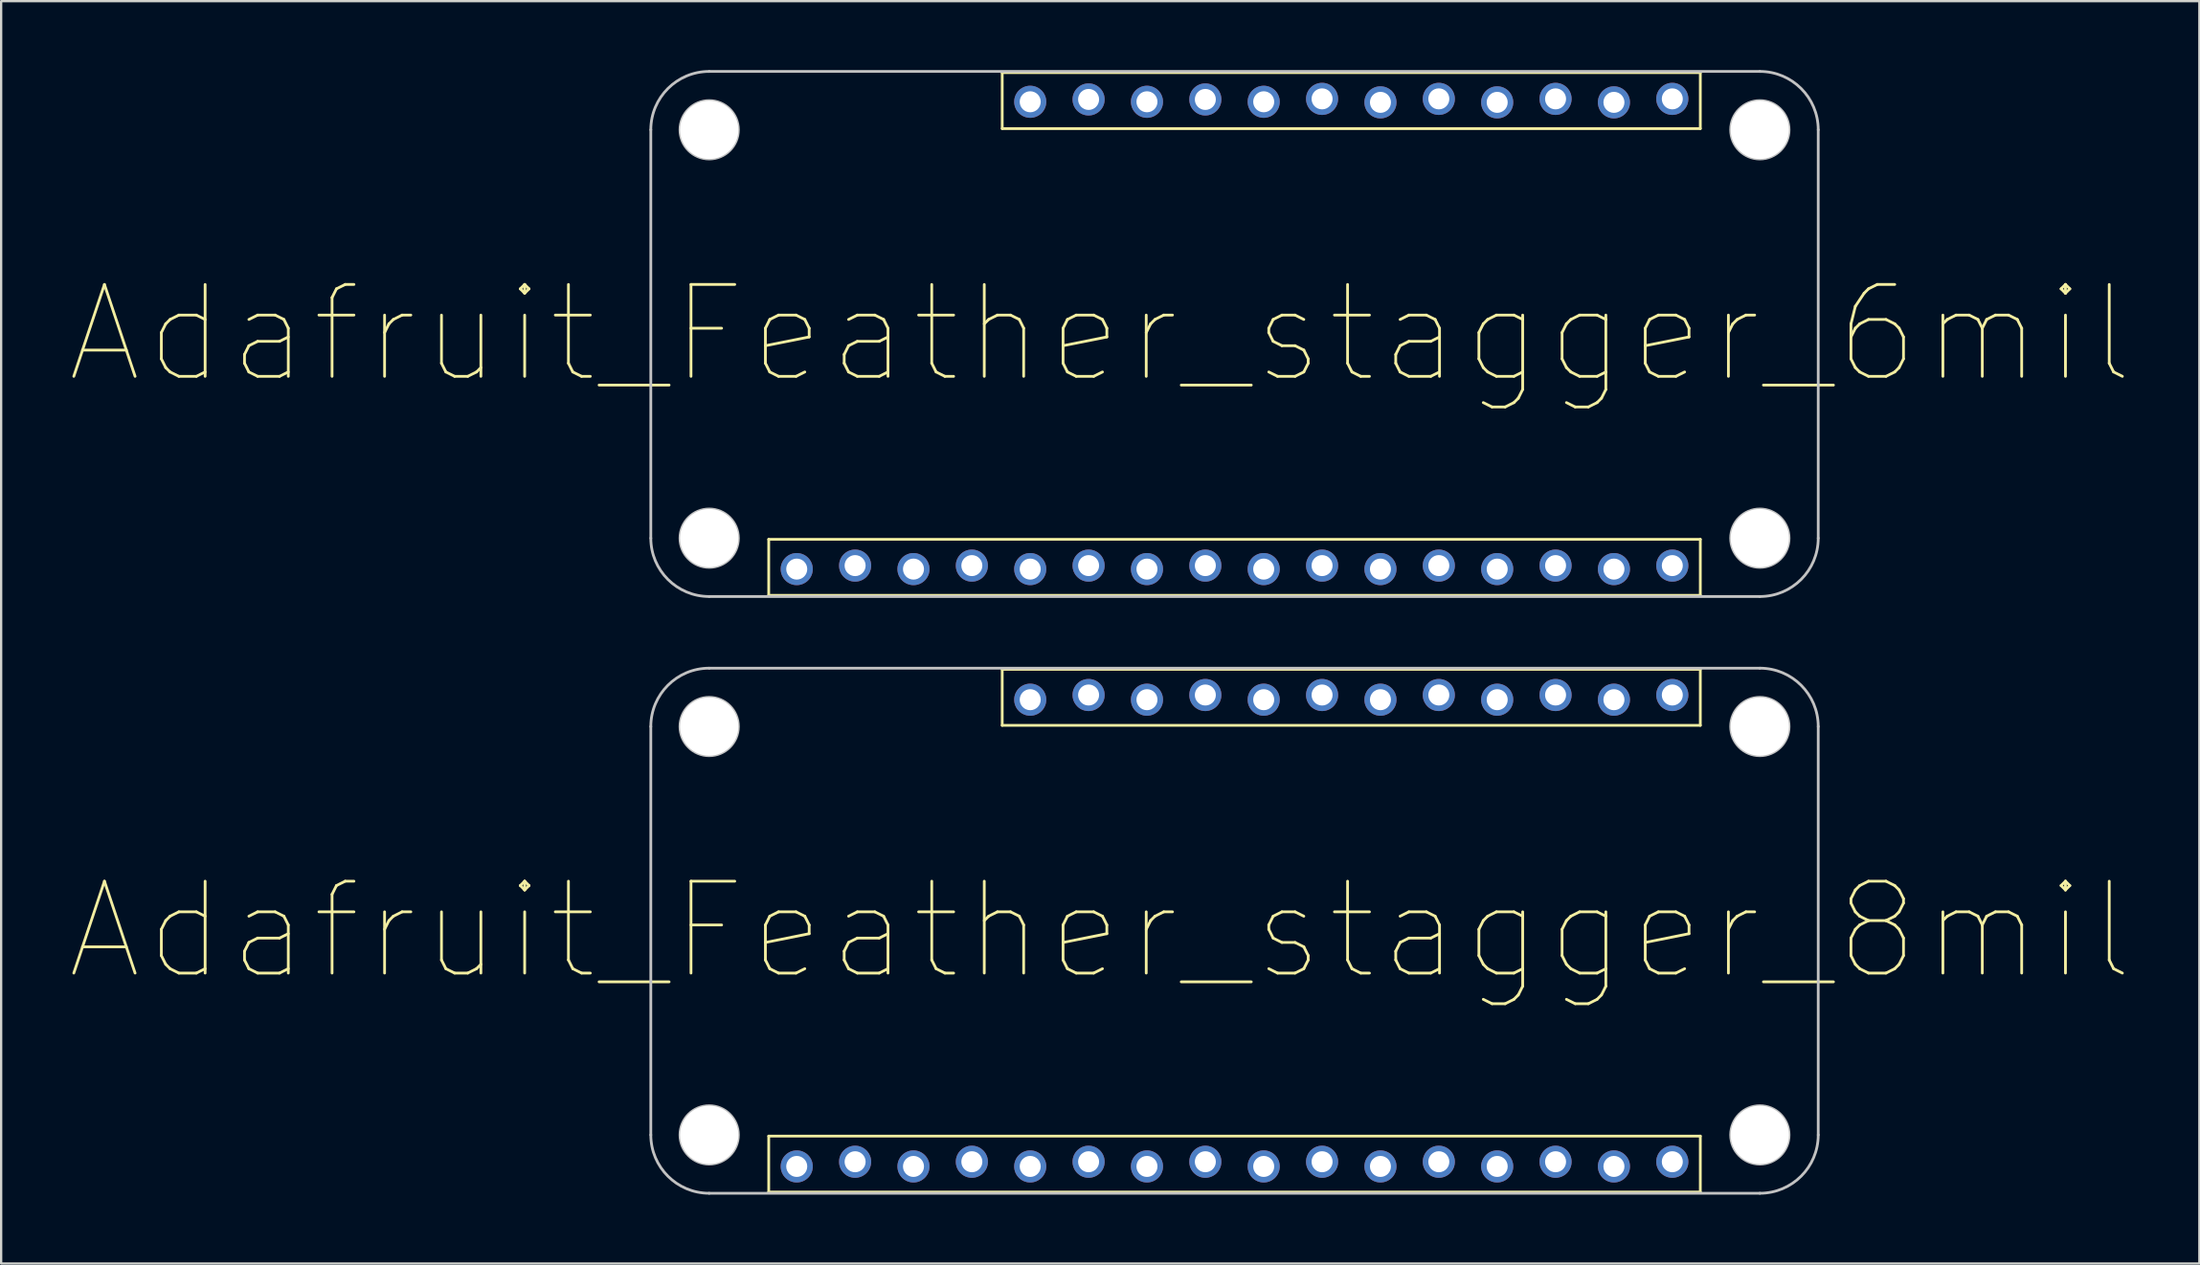
<source format=kicad_pcb>
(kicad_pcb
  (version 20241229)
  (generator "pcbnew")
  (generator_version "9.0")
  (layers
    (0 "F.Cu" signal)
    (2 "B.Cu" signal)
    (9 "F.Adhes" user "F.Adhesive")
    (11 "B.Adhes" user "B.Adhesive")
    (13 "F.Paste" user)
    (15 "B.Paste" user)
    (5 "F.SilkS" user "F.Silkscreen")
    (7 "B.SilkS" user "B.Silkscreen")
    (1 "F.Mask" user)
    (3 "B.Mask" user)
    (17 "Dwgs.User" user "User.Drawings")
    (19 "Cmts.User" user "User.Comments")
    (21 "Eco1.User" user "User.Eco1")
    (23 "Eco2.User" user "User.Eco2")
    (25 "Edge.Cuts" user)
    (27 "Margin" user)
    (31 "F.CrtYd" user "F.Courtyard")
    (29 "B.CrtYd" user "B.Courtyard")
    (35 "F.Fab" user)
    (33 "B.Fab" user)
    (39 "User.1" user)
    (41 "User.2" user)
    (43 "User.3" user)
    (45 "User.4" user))
  (footprint "Adafruit_Feather_stagger_6mil"
    (layer "F.Cu")
    (at 50.67 11.49)
    (property "Reference" "Adafruit_Feather_stagger_6mil" (at -5.842 0 0) (layer "F.SilkS") (effects (font (size 4 4) (thickness 0.12))))
    (attr through_hole)
    (fp_line (start -20.269 8.941) (end -20.269 11.379) (stroke (width 0.12) (type solid)) (layer "F.SilkS"))
    (fp_line (start -20.269 11.379) (end 20.269 11.379) (stroke (width 0.12) (type solid)) (layer "F.SilkS"))
    (fp_line (start -10.109 -11.379) (end -10.109 -8.941) (stroke (width 0.12) (type solid)) (layer "F.SilkS"))
    (fp_line (start -10.109 -8.941) (end 20.269 -8.941) (stroke (width 0.12) (type solid)) (layer "F.SilkS"))
    (fp_line (start 20.269 -11.379) (end -10.109 -11.379) (stroke (width 0.12) (type solid)) (layer "F.SilkS"))
    (fp_line (start 20.269 -8.941) (end 20.269 -11.379) (stroke (width 0.12) (type solid)) (layer "F.SilkS"))
    (fp_line (start 20.269 8.941) (end -20.269 8.941) (stroke (width 0.12) (type solid)) (layer "F.SilkS"))
    (fp_line (start 20.269 11.379) (end 20.269 8.941) (stroke (width 0.12) (type solid)) (layer "F.SilkS"))
    (fp_line (start -25.4 8.89) (end -25.4 -8.89) (stroke (width 0.12) (type solid)) (layer "Dwgs.User"))
    (fp_line (start -22.86 -11.43) (end 22.86 -11.43) (stroke (width 0.12) (type solid)) (layer "Dwgs.User"))
    (fp_line (start 22.86 11.43) (end -22.86 11.43) (stroke (width 0.12) (type solid)) (layer "Dwgs.User"))
    (fp_line (start 25.4 -8.89) (end 25.4 8.89) (stroke (width 0.12) (type solid)) (layer "Dwgs.User"))
    (fp_arc (start -25.4 -8.89) (mid -24.656051 -10.686051) (end -22.86 -11.43) (stroke (width 0.12) (type solid)) (layer "Dwgs.User"))
    (fp_arc (start -22.86 11.43) (mid -24.656051 10.686051) (end -25.4 8.89) (stroke (width 0.12) (type solid)) (layer "Dwgs.User"))
    (fp_arc (start 22.86 -11.43) (mid 24.656051 -10.686051) (end 25.4 -8.89) (stroke (width 0.12) (type solid)) (layer "Dwgs.User"))
    (fp_arc (start 25.4 8.89) (mid 24.656051 10.686051) (end 22.86 11.43) (stroke (width 0.12) (type solid)) (layer "Dwgs.User"))
    (fp_circle (center -22.86 -8.89) (end -21.59 -8.89) (stroke (width 0.12) (type solid)) (fill no) (layer "Dwgs.User"))
    (fp_circle (center -22.86 8.89) (end -21.59 8.89) (stroke (width 0.12) (type solid)) (fill no) (layer "Dwgs.User"))
    (fp_circle (center 22.86 -8.89) (end 24.13 -8.89) (stroke (width 0.12) (type solid)) (fill no) (layer "Dwgs.User"))
    (fp_circle (center 22.86 8.89) (end 24.13 8.89) (stroke (width 0.12) (type solid)) (fill no) (layer "Dwgs.User"))
    (pad "" np_thru_hole circle (at -22.86 -8.89) (size 2.54 2.54) (drill 2.54) (layers "*.Cu" "*.Mask"))
    (pad "" np_thru_hole circle (at -22.86 8.89) (size 2.54 2.54) (drill 2.54) (layers "*.Cu" "*.Mask"))
    (pad "" np_thru_hole circle (at 22.86 -8.89) (size 2.54 2.54) (drill 2.54) (layers "*.Cu" "*.Mask"))
    (pad "" np_thru_hole circle (at 22.86 8.89) (size 2.54 2.54) (drill 2.54) (layers "*.Cu" "*.Mask"))
    (pad "1" thru_hole circle (at -19.05 10.236) (size 1.397 1.397) (drill 0.914) (layers "*.Cu" "*.Mask"))
    (pad "2" thru_hole circle (at -16.51 10.084) (size 1.397 1.397) (drill 0.914) (layers "*.Cu" "*.Mask"))
    (pad "3" thru_hole circle (at -13.97 10.236) (size 1.397 1.397) (drill 0.914) (layers "*.Cu" "*.Mask"))
    (pad "4" thru_hole circle (at -11.43 10.084) (size 1.397 1.397) (drill 0.914) (layers "*.Cu" "*.Mask"))
    (pad "5" thru_hole circle (at -8.89 10.236) (size 1.397 1.397) (drill 0.914) (layers "*.Cu" "*.Mask"))
    (pad "6" thru_hole circle (at -6.35 10.084) (size 1.397 1.397) (drill 0.914) (layers "*.Cu" "*.Mask"))
    (pad "7" thru_hole circle (at -3.81 10.236) (size 1.397 1.397) (drill 0.914) (layers "*.Cu" "*.Mask"))
    (pad "8" thru_hole circle (at -1.27 10.084) (size 1.397 1.397) (drill 0.914) (layers "*.Cu" "*.Mask"))
    (pad "9" thru_hole circle (at 1.27 10.236) (size 1.397 1.397) (drill 0.914) (layers "*.Cu" "*.Mask"))
    (pad "10" thru_hole circle (at 3.81 10.084) (size 1.397 1.397) (drill 0.914) (layers "*.Cu" "*.Mask"))
    (pad "11" thru_hole circle (at 6.35 10.236) (size 1.397 1.397) (drill 0.914) (layers "*.Cu" "*.Mask"))
    (pad "12" thru_hole circle (at 8.89 10.084) (size 1.397 1.397) (drill 0.914) (layers "*.Cu" "*.Mask"))
    (pad "13" thru_hole circle (at 11.43 10.236) (size 1.397 1.397) (drill 0.914) (layers "*.Cu" "*.Mask"))
    (pad "14" thru_hole circle (at 13.97 10.084) (size 1.397 1.397) (drill 0.914) (layers "*.Cu" "*.Mask"))
    (pad "15" thru_hole circle (at 16.51 10.236) (size 1.397 1.397) (drill 0.914) (layers "*.Cu" "*.Mask"))
    (pad "16" thru_hole circle (at 19.05 10.084) (size 1.397 1.397) (drill 0.914) (layers "*.Cu" "*.Mask"))
    (pad "17" thru_hole circle (at 19.05 -10.236) (size 1.397 1.397) (drill 0.914) (layers "*.Cu" "*.Mask"))
    (pad "18" thru_hole circle (at 16.51 -10.084) (size 1.397 1.397) (drill 0.914) (layers "*.Cu" "*.Mask"))
    (pad "19" thru_hole circle (at 13.97 -10.236) (size 1.397 1.397) (drill 0.914) (layers "*.Cu" "*.Mask"))
    (pad "20" thru_hole circle (at 11.43 -10.084) (size 1.397 1.397) (drill 0.914) (layers "*.Cu" "*.Mask"))
    (pad "21" thru_hole circle (at 8.89 -10.236) (size 1.397 1.397) (drill 0.914) (layers "*.Cu" "*.Mask"))
    (pad "22" thru_hole circle (at 6.35 -10.084) (size 1.397 1.397) (drill 0.914) (layers "*.Cu" "*.Mask"))
    (pad "23" thru_hole circle (at 3.81 -10.236) (size 1.397 1.397) (drill 0.914) (layers "*.Cu" "*.Mask"))
    (pad "24" thru_hole circle (at 1.27 -10.109) (size 1.397 1.397) (drill 0.914) (layers "*.Cu" "*.Mask"))
    (pad "25" thru_hole circle (at -1.27 -10.211) (size 1.397 1.397) (drill 0.914) (layers "*.Cu" "*.Mask"))
    (pad "26" thru_hole circle (at -3.81 -10.109) (size 1.397 1.397) (drill 0.914) (layers "*.Cu" "*.Mask"))
    (pad "27" thru_hole circle (at -6.35 -10.211) (size 1.397 1.397) (drill 0.914) (layers "*.Cu" "*.Mask"))
    (pad "28" thru_hole circle (at -8.89 -10.109) (size 1.397 1.397) (drill 0.914) (layers "*.Cu" "*.Mask")))
  (footprint "Adafruit_Feather_stagger_8mil"
    (layer "F.Cu")
    (at 50.67 37.47)
    (property "Reference" "Adafruit_Feather_stagger_8mil" (at -5.842 0 0) (layer "F.SilkS") (effects (font (size 4 4) (thickness 0.12))))
    (attr through_hole)
    (fp_line (start -20.269 8.941) (end -20.269 11.379) (stroke (width 0.12) (type solid)) (layer "F.SilkS"))
    (fp_line (start -20.269 11.379) (end 20.269 11.379) (stroke (width 0.12) (type solid)) (layer "F.SilkS"))
    (fp_line (start -10.109 -11.379) (end -10.109 -8.941) (stroke (width 0.12) (type solid)) (layer "F.SilkS"))
    (fp_line (start -10.109 -8.941) (end 20.269 -8.941) (stroke (width 0.12) (type solid)) (layer "F.SilkS"))
    (fp_line (start 20.269 -11.379) (end -10.109 -11.379) (stroke (width 0.12) (type solid)) (layer "F.SilkS"))
    (fp_line (start 20.269 -8.941) (end 20.269 -11.379) (stroke (width 0.12) (type solid)) (layer "F.SilkS"))
    (fp_line (start 20.269 8.941) (end -20.269 8.941) (stroke (width 0.12) (type solid)) (layer "F.SilkS"))
    (fp_line (start 20.269 11.379) (end 20.269 8.941) (stroke (width 0.12) (type solid)) (layer "F.SilkS"))
    (fp_line (start -25.4 8.89) (end -25.4 -8.89) (stroke (width 0.12) (type solid)) (layer "Dwgs.User"))
    (fp_line (start -22.86 -11.43) (end 22.86 -11.43) (stroke (width 0.12) (type solid)) (layer "Dwgs.User"))
    (fp_line (start 22.86 11.43) (end -22.86 11.43) (stroke (width 0.12) (type solid)) (layer "Dwgs.User"))
    (fp_line (start 25.4 -8.89) (end 25.4 8.89) (stroke (width 0.12) (type solid)) (layer "Dwgs.User"))
    (fp_arc (start -25.4 -8.89) (mid -24.656051 -10.686051) (end -22.86 -11.43) (stroke (width 0.12) (type solid)) (layer "Dwgs.User"))
    (fp_arc (start -22.86 11.43) (mid -24.656051 10.686051) (end -25.4 8.89) (stroke (width 0.12) (type solid)) (layer "Dwgs.User"))
    (fp_arc (start 22.86 -11.43) (mid 24.656051 -10.686051) (end 25.4 -8.89) (stroke (width 0.12) (type solid)) (layer "Dwgs.User"))
    (fp_arc (start 25.4 8.89) (mid 24.656051 10.686051) (end 22.86 11.43) (stroke (width 0.12) (type solid)) (layer "Dwgs.User"))
    (fp_circle (center -22.86 -8.89) (end -21.59 -8.89) (stroke (width 0.12) (type solid)) (fill no) (layer "Dwgs.User"))
    (fp_circle (center -22.86 8.89) (end -21.59 8.89) (stroke (width 0.12) (type solid)) (fill no) (layer "Dwgs.User"))
    (fp_circle (center 22.86 -8.89) (end 24.13 -8.89) (stroke (width 0.12) (type solid)) (fill no) (layer "Dwgs.User"))
    (fp_circle (center 22.86 8.89) (end 24.13 8.89) (stroke (width 0.12) (type solid)) (fill no) (layer "Dwgs.User"))
    (pad "" np_thru_hole circle (at -22.86 -8.89) (size 2.54 2.54) (drill 2.54) (layers "*.Cu" "*.Mask"))
    (pad "" np_thru_hole circle (at -22.86 8.89) (size 2.54 2.54) (drill 2.54) (layers "*.Cu" "*.Mask"))
    (pad "" np_thru_hole circle (at 22.86 -8.89) (size 2.54 2.54) (drill 2.54) (layers "*.Cu" "*.Mask"))
    (pad "" np_thru_hole circle (at 22.86 8.89) (size 2.54 2.54) (drill 2.54) (layers "*.Cu" "*.Mask"))
    (pad "1" thru_hole circle (at -19.05 10.262) (size 1.397 1.397) (drill 0.914) (layers "*.Cu" "*.Mask"))
    (pad "2" thru_hole circle (at -16.51 10.058) (size 1.397 1.397) (drill 0.914) (layers "*.Cu" "*.Mask"))
    (pad "3" thru_hole circle (at -13.97 10.262) (size 1.397 1.397) (drill 0.914) (layers "*.Cu" "*.Mask"))
    (pad "4" thru_hole circle (at -11.43 10.058) (size 1.397 1.397) (drill 0.914) (layers "*.Cu" "*.Mask"))
    (pad "5" thru_hole circle (at -8.89 10.262) (size 1.397 1.397) (drill 0.914) (layers "*.Cu" "*.Mask"))
    (pad "6" thru_hole circle (at -6.35 10.058) (size 1.397 1.397) (drill 0.914) (layers "*.Cu" "*.Mask"))
    (pad "7" thru_hole circle (at -3.81 10.262) (size 1.397 1.397) (drill 0.914) (layers "*.Cu" "*.Mask"))
    (pad "8" thru_hole circle (at -1.27 10.058) (size 1.397 1.397) (drill 0.914) (layers "*.Cu" "*.Mask"))
    (pad "9" thru_hole circle (at 1.27 10.262) (size 1.397 1.397) (drill 0.914) (layers "*.Cu" "*.Mask"))
    (pad "10" thru_hole circle (at 3.81 10.058) (size 1.397 1.397) (drill 0.914) (layers "*.Cu" "*.Mask"))
    (pad "11" thru_hole circle (at 6.35 10.262) (size 1.397 1.397) (drill 0.914) (layers "*.Cu" "*.Mask"))
    (pad "12" thru_hole circle (at 8.89 10.058) (size 1.397 1.397) (drill 0.914) (layers "*.Cu" "*.Mask"))
    (pad "13" thru_hole circle (at 11.43 10.262) (size 1.397 1.397) (drill 0.914) (layers "*.Cu" "*.Mask"))
    (pad "14" thru_hole circle (at 13.97 10.058) (size 1.397 1.397) (drill 0.914) (layers "*.Cu" "*.Mask"))
    (pad "15" thru_hole circle (at 16.51 10.262) (size 1.397 1.397) (drill 0.914) (layers "*.Cu" "*.Mask"))
    (pad "16" thru_hole circle (at 19.05 10.058) (size 1.397 1.397) (drill 0.914) (layers "*.Cu" "*.Mask"))
    (pad "17" thru_hole circle (at 19.05 -10.262) (size 1.397 1.397) (drill 0.914) (layers "*.Cu" "*.Mask"))
    (pad "18" thru_hole circle (at 16.51 -10.058) (size 1.397 1.397) (drill 0.914) (layers "*.Cu" "*.Mask"))
    (pad "19" thru_hole circle (at 13.97 -10.262) (size 1.397 1.397) (drill 0.914) (layers "*.Cu" "*.Mask"))
    (pad "20" thru_hole circle (at 11.43 -10.058) (size 1.397 1.397) (drill 0.914) (layers "*.Cu" "*.Mask"))
    (pad "21" thru_hole circle (at 8.89 -10.262) (size 1.397 1.397) (drill 0.914) (layers "*.Cu" "*.Mask"))
    (pad "22" thru_hole circle (at 6.35 -10.058) (size 1.397 1.397) (drill 0.914) (layers "*.Cu" "*.Mask"))
    (pad "23" thru_hole circle (at 3.81 -10.262) (size 1.397 1.397) (drill 0.914) (layers "*.Cu" "*.Mask"))
    (pad "24" thru_hole circle (at 1.27 -10.058) (size 1.397 1.397) (drill 0.914) (layers "*.Cu" "*.Mask"))
    (pad "25" thru_hole circle (at -1.27 -10.262) (size 1.397 1.397) (drill 0.914) (layers "*.Cu" "*.Mask"))
    (pad "26" thru_hole circle (at -3.81 -10.058) (size 1.397 1.397) (drill 0.914) (layers "*.Cu" "*.Mask"))
    (pad "27" thru_hole circle (at -6.35 -10.262) (size 1.397 1.397) (drill 0.914) (layers "*.Cu" "*.Mask"))
    (pad "28" thru_hole circle (at -8.89 -10.058) (size 1.397 1.397) (drill 0.914) (layers "*.Cu" "*.Mask")))
  (gr_rect
    (start -3 -3)
    (end 92.655 51.96)
    (stroke (width 0.1) (type default))
    (fill no)
    (layer "Edge.Cuts")))
</source>
